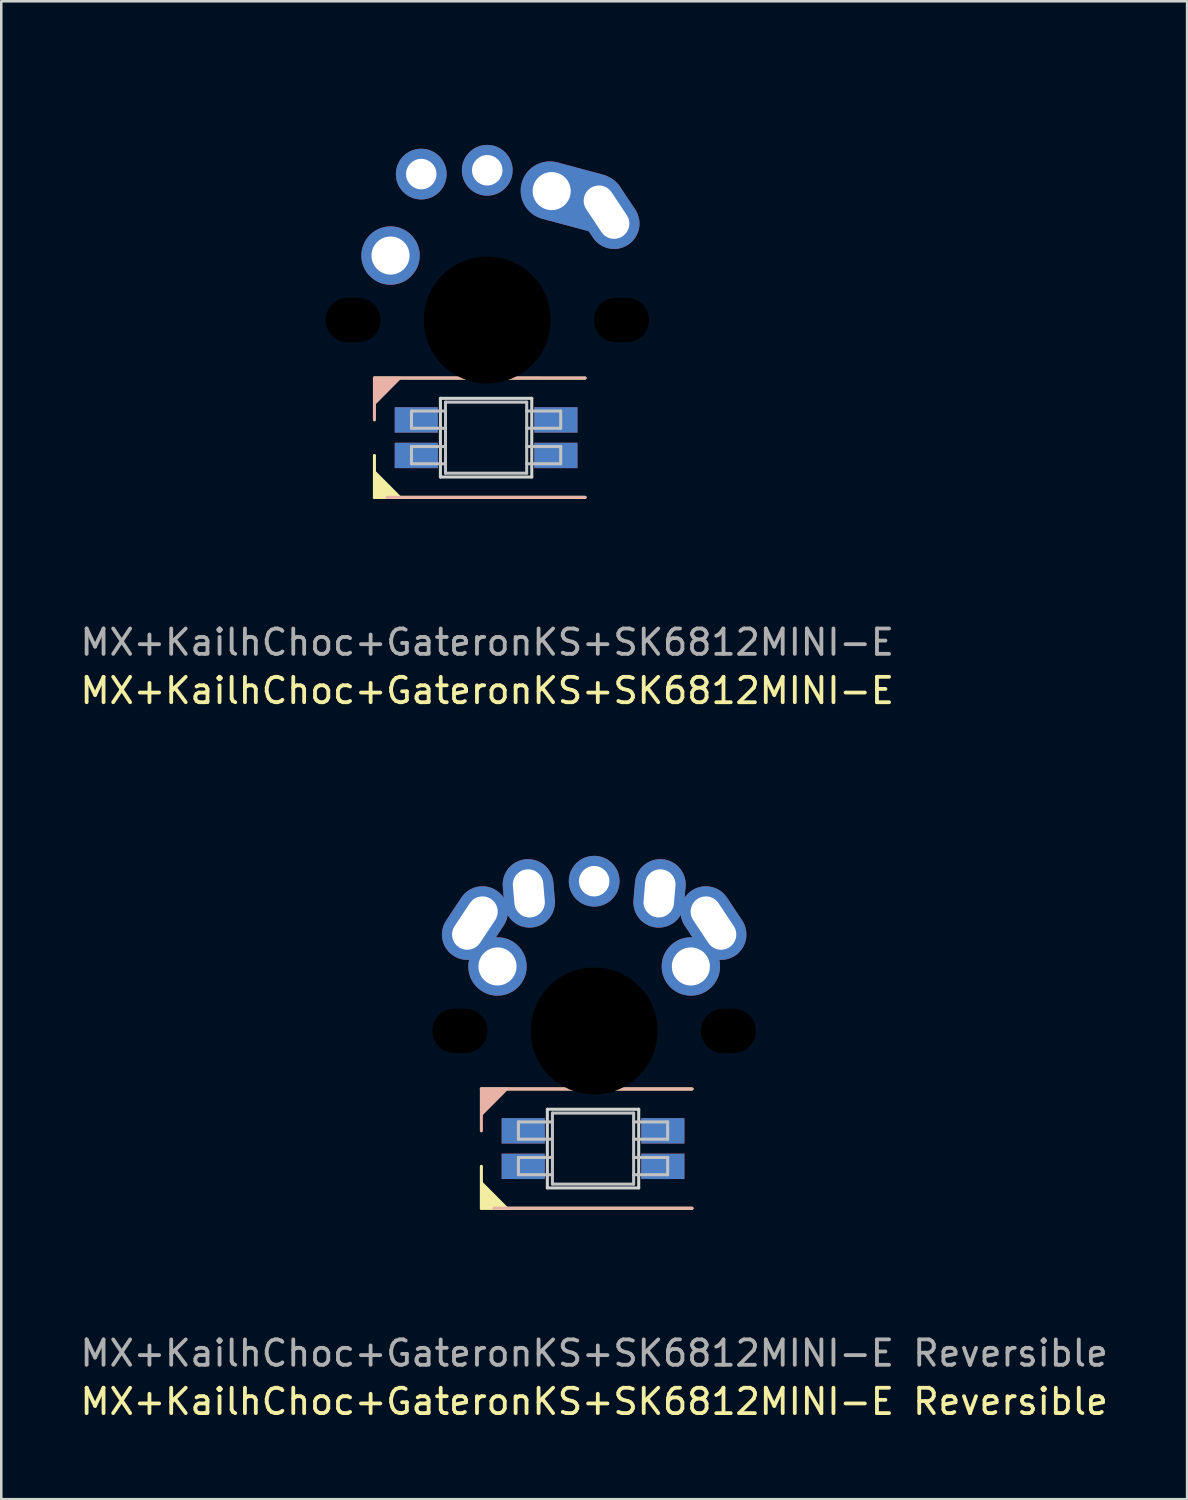
<source format=kicad_pcb>
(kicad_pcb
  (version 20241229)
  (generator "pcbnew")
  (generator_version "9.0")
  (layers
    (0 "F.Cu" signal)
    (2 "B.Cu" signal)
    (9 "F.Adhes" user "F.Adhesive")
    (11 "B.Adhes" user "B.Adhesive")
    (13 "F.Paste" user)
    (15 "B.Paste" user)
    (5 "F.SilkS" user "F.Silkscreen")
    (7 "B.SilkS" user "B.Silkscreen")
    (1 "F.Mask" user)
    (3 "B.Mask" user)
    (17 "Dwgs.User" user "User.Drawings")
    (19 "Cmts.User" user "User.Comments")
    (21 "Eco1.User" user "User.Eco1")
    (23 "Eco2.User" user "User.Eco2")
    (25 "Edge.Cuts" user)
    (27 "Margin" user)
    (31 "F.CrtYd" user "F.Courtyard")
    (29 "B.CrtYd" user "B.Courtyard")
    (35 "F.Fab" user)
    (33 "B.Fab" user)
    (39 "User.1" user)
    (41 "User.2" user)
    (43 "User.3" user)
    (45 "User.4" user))
  (footprint "MX+KailhChoc+GateronKS+SK6812MINI-E Reversible"
    (layer "F.Cu")
    (at 20.363 37.573)
    (property "Reference" "MX+KailhChoc+GateronKS+SK6812MINI-E Reversible" (at 0 14.605 0) (unlocked yes) (layer "F.SilkS") (effects (font (size 1 1) (thickness 0.15))))
    (attr through_hole)
    (fp_line (start -4.445 2.286) (end 3.855 2.289) (stroke (width 0.12) (type solid)) (layer "F.SilkS"))
    (fp_line (start -4.445 6.989) (end -4.445 5.338) (stroke (width 0.12) (type solid)) (layer "F.SilkS"))
    (fp_line (start 3.855 6.989) (end -4.445 6.989) (stroke (width 0.12) (type solid)) (layer "F.SilkS"))
    (fp_poly (pts (xy -3.437 6.986) (xy -4.445 6.989) (xy -4.445 5.973)) (stroke (width 0.1) (type solid)) (fill yes) (layer "F.SilkS"))
    (fp_line (start -4.445 2.286) (end -4.445 3.937) (stroke (width 0.12) (type solid)) (layer "B.SilkS"))
    (fp_line (start -3.945 6.986) (end 3.855 6.986) (stroke (width 0.12) (type solid)) (layer "B.SilkS"))
    (fp_line (start 3.855 2.286) (end -4.445 2.286) (stroke (width 0.12) (type solid)) (layer "B.SilkS"))
    (fp_poly (pts (xy -4.445 3.302) (xy -4.445 2.286) (xy -3.437 2.286)) (stroke (width 0.1) (type solid)) (fill yes) (layer "B.SilkS"))
    (fp_line (start -2.985 3.586) (end -2.985 4.266) (stroke (width 0.12) (type solid)) (layer "Dwgs.User"))
    (fp_line (start -2.985 4.266) (end -1.645 4.266) (stroke (width 0.12) (type solid)) (layer "Dwgs.User"))
    (fp_line (start -2.985 4.986) (end -2.985 5.666) (stroke (width 0.12) (type solid)) (layer "Dwgs.User"))
    (fp_line (start -2.985 5.666) (end -1.645 5.666) (stroke (width 0.12) (type solid)) (layer "Dwgs.User"))
    (fp_line (start -1.645 3.236) (end -1.645 6.036) (stroke (width 0.12) (type solid)) (layer "Dwgs.User"))
    (fp_line (start -1.645 3.236) (end 1.555 3.236) (stroke (width 0.12) (type solid)) (layer "Dwgs.User"))
    (fp_line (start -1.645 3.586) (end -2.985 3.586) (stroke (width 0.12) (type solid)) (layer "Dwgs.User"))
    (fp_line (start -1.645 4.986) (end -2.985 4.986) (stroke (width 0.12) (type solid)) (layer "Dwgs.User"))
    (fp_line (start -1.645 6.036) (end 1.555 6.036) (stroke (width 0.12) (type solid)) (layer "Dwgs.User"))
    (fp_line (start 1.555 3.236) (end 1.555 6.036) (stroke (width 0.12) (type solid)) (layer "Dwgs.User"))
    (fp_line (start 1.555 4.266) (end 2.895 4.266) (stroke (width 0.12) (type solid)) (layer "Dwgs.User"))
    (fp_line (start 1.555 5.666) (end 2.895 5.666) (stroke (width 0.12) (type solid)) (layer "Dwgs.User"))
    (fp_line (start 2.895 3.586) (end 1.555 3.586) (stroke (width 0.12) (type solid)) (layer "Dwgs.User"))
    (fp_line (start 2.895 4.266) (end 2.895 3.586) (stroke (width 0.12) (type solid)) (layer "Dwgs.User"))
    (fp_line (start 2.895 4.986) (end 1.555 4.986) (stroke (width 0.12) (type solid)) (layer "Dwgs.User"))
    (fp_line (start 2.895 5.666) (end 2.895 4.986) (stroke (width 0.12) (type solid)) (layer "Dwgs.User"))
    (fp_line (start -1.845 3.086) (end -1.845 6.186) (stroke (width 0.12) (type solid)) (layer "Edge.Cuts"))
    (fp_line (start -1.845 6.186) (end 1.755 6.186) (stroke (width 0.12) (type solid)) (layer "Edge.Cuts"))
    (fp_line (start 1.755 3.086) (end -1.845 3.086) (stroke (width 0.12) (type solid)) (layer "Edge.Cuts"))
    (fp_line (start 1.755 6.186) (end 1.755 3.086) (stroke (width 0.12) (type solid)) (layer "Edge.Cuts"))
    (fp_line (start -7.5 -7) (end -7 -7.5) (stroke (width 0.12) (type solid)) (layer "User.1"))
    (fp_line (start -7.5 7) (end -7.5 -7) (stroke (width 0.12) (type solid)) (layer "User.1"))
    (fp_line (start -7 -7.5) (end 7 -7.5) (stroke (width 0.12) (type solid)) (layer "User.1"))
    (fp_line (start -7 7.5) (end -7.5 7) (stroke (width 0.12) (type solid)) (layer "User.1"))
    (fp_line (start 7 -7.5) (end 7.5 -7) (stroke (width 0.12) (type solid)) (layer "User.1"))
    (fp_line (start 7 7.5) (end -7 7.5) (stroke (width 0.12) (type solid)) (layer "User.1"))
    (fp_line (start 7.5 -7) (end 7.5 7) (stroke (width 0.12) (type solid)) (layer "User.1"))
    (fp_line (start 7.5 7) (end 7 7.5) (stroke (width 0.12) (type solid)) (layer "User.1"))
    (fp_rect (start 9.5 9.5) (end -9.5 -9.5) (stroke (width 0.12) (type solid)) (fill no) (layer "User.1"))
    (fp_line (start -7.5 -7.5) (end 7.5 -7.5) (stroke (width 0.2) (type solid)) (layer "User.2"))
    (fp_line (start -7.5 7.5) (end -7.5 -7.5) (stroke (width 0.2) (type solid)) (layer "User.2"))
    (fp_line (start -3.1 -5.9) (end -2.1 -5.9) (stroke (width 0.2) (type solid)) (layer "User.2"))
    (fp_line (start -3.1 -5.6) (end -3.1 -5.9) (stroke (width 0.2) (type solid)) (layer "User.2"))
    (fp_line (start -2.1 -5.9) (end -2.1 -5.6) (stroke (width 0.2) (type solid)) (layer "User.2"))
    (fp_line (start -2.1 -5.6) (end -3.1 -5.6) (stroke (width 0.2) (type solid)) (layer "User.2"))
    (fp_line (start -1.8 3.5) (end -1.8 5.75) (stroke (width 0.2) (type solid)) (layer "User.2"))
    (fp_line (start -1.8 5.75) (end 3.2 5.75) (stroke (width 0.2) (type solid)) (layer "User.2"))
    (fp_line (start 3.2 3.5) (end -1.8 3.5) (stroke (width 0.2) (type solid)) (layer "User.2"))
    (fp_line (start 3.2 5.75) (end 3.2 3.5) (stroke (width 0.2) (type solid)) (layer "User.2"))
    (fp_line (start 4.25 -4.925) (end 4.55 -4.925) (stroke (width 0.2) (type solid)) (layer "User.2"))
    (fp_line (start 4.25 -4.475) (end 4.25 -4.925) (stroke (width 0.2) (type solid)) (layer "User.2"))
    (fp_line (start 4.55 -4.925) (end 4.55 -4.475) (stroke (width 0.2) (type solid)) (layer "User.2"))
    (fp_line (start 4.55 -4.475) (end 4.25 -4.475) (stroke (width 0.2) (type solid)) (layer "User.2"))
    (fp_line (start 7.5 -7.5) (end 7.5 7.5) (stroke (width 0.2) (type solid)) (layer "User.2"))
    (fp_line (start 7.5 7.5) (end -7.5 7.5) (stroke (width 0.2) (type solid)) (layer "User.2"))
    (fp_circle (center 0 0) (end -2.525 0) (stroke (width 0.2) (type solid)) (fill no) (layer "User.2"))
    (fp_text user "${REFERENCE}" (at 0 12.7 0) (unlocked yes) (layer "F.Fab") (effects (font (size 1 1) (thickness 0.15))))
    (pad "" np_thru_hole oval (at -5.29 0 180) (size 2.17 1.75) (drill oval 2.17 1.75) (layers "*.Mask"))
    (pad "" np_thru_hole circle (at 0 0 180) (size 5.2 5.2) (drill 5) (layers "*.Mask"))
    (pad "" np_thru_hole oval (at 5.29 0 180) (size 2.17 1.75) (drill oval 2.17 1.75) (layers "*.Mask"))
    (pad "1" thru_hole oval (at 2.575 -5.42 175) (size 2 2.7) (drill oval 1.2 1.9) (layers "*.Cu" "*.Mask"))
    (pad "1" smd rect (at 2.705 3.936) (size 1.7 1) (layers "F.Cu" "F.Mask" "F.Paste"))
    (pad "1" smd rect (at 2.705 5.336) (size 1.7 1) (layers "B.Cu" "B.Mask" "B.Paste"))
    (pad "1" thru_hole circle (at 3.81 -2.54 180) (size 2.3 2.3) (drill 1.5) (layers "*.Cu" "*.Mask"))
    (pad "1" thru_hole oval (at 4.7 -4.25 123.6) (size 3.082 2) (drill oval 2.282 1.2) (layers "*.Cu" "*.Mask"))
    (pad "2" thru_hole oval (at -4.7 -4.25 236.4) (size 3.082 2) (drill oval 2.282 1.2) (layers "*.Cu" "*.Mask"))
    (pad "2" thru_hole circle (at -3.81 -2.54 180) (size 2.3 2.3) (drill 1.5) (layers "*.Cu" "*.Mask"))
    (pad "2" thru_hole oval (at -2.575 -5.42 185) (size 2 2.7) (drill oval 1.2 1.9) (layers "*.Cu" "*.Mask"))
    (pad "2" smd rect (at 2.705 3.936) (size 1.7 1) (layers "B.Cu" "B.Mask" "B.Paste"))
    (pad "2" smd rect (at 2.705 5.336) (size 1.7 1) (layers "F.Cu" "F.Mask" "F.Paste"))
    (pad "3" smd rect (at -2.795 3.936) (size 1.7 1) (layers "B.Cu" "B.Mask" "B.Paste"))
    (pad "3" smd rect (at -2.795 5.336) (size 1.7 1) (layers "F.Cu" "F.Mask" "F.Paste"))
    (pad "3" thru_hole circle (at 0 -5.9 180) (size 2 2) (drill 1.2) (layers "*.Cu" "*.Mask"))
    (pad "4" smd rect (at -2.795 3.936) (size 1.7 1) (layers "F.Cu" "F.Mask" "F.Paste"))
    (pad "4" smd rect (at -2.795 5.336) (size 1.7 1) (layers "B.Cu" "B.Mask" "B.Paste")))
  (footprint "MX+KailhChoc+GateronKS+SK6812MINI-E"
    (layer "F.Cu")
    (at 16.149 9.56)
    (property "Reference" "MX+KailhChoc+GateronKS+SK6812MINI-E" (at 0 14.605 0) (unlocked yes) (layer "F.SilkS") (effects (font (size 1 1) (thickness 0.15))))
    (attr through_hole)
    (fp_line (start -4.445 2.286) (end 3.855 2.289) (stroke (width 0.12) (type solid)) (layer "F.SilkS"))
    (fp_line (start -4.445 6.989) (end -4.445 5.338) (stroke (width 0.12) (type solid)) (layer "F.SilkS"))
    (fp_line (start 3.855 6.989) (end -4.445 6.989) (stroke (width 0.12) (type solid)) (layer "F.SilkS"))
    (fp_poly (pts (xy -3.437 6.986) (xy -4.445 6.989) (xy -4.445 5.973)) (stroke (width 0.1) (type solid)) (fill yes) (layer "F.SilkS"))
    (fp_line (start -4.445 2.286) (end -4.445 3.937) (stroke (width 0.12) (type solid)) (layer "B.SilkS"))
    (fp_line (start -3.945 6.986) (end 3.855 6.986) (stroke (width 0.12) (type solid)) (layer "B.SilkS"))
    (fp_line (start 3.855 2.286) (end -4.445 2.286) (stroke (width 0.12) (type solid)) (layer "B.SilkS"))
    (fp_poly (pts (xy -4.445 3.302) (xy -4.445 2.286) (xy -3.437 2.286)) (stroke (width 0.1) (type solid)) (fill yes) (layer "B.SilkS"))
    (fp_line (start -2.985 3.586) (end -2.985 4.266) (stroke (width 0.12) (type solid)) (layer "Dwgs.User"))
    (fp_line (start -2.985 4.266) (end -1.645 4.266) (stroke (width 0.12) (type solid)) (layer "Dwgs.User"))
    (fp_line (start -2.985 4.986) (end -2.985 5.666) (stroke (width 0.12) (type solid)) (layer "Dwgs.User"))
    (fp_line (start -2.985 5.666) (end -1.645 5.666) (stroke (width 0.12) (type solid)) (layer "Dwgs.User"))
    (fp_line (start -1.645 3.236) (end -1.645 6.036) (stroke (width 0.12) (type solid)) (layer "Dwgs.User"))
    (fp_line (start -1.645 3.236) (end 1.555 3.236) (stroke (width 0.12) (type solid)) (layer "Dwgs.User"))
    (fp_line (start -1.645 3.586) (end -2.985 3.586) (stroke (width 0.12) (type solid)) (layer "Dwgs.User"))
    (fp_line (start -1.645 4.986) (end -2.985 4.986) (stroke (width 0.12) (type solid)) (layer "Dwgs.User"))
    (fp_line (start -1.645 6.036) (end 1.555 6.036) (stroke (width 0.12) (type solid)) (layer "Dwgs.User"))
    (fp_line (start 1.555 3.236) (end 1.555 6.036) (stroke (width 0.12) (type solid)) (layer "Dwgs.User"))
    (fp_line (start 1.555 4.266) (end 2.895 4.266) (stroke (width 0.12) (type solid)) (layer "Dwgs.User"))
    (fp_line (start 1.555 5.666) (end 2.895 5.666) (stroke (width 0.12) (type solid)) (layer "Dwgs.User"))
    (fp_line (start 2.895 3.586) (end 1.555 3.586) (stroke (width 0.12) (type solid)) (layer "Dwgs.User"))
    (fp_line (start 2.895 4.266) (end 2.895 3.586) (stroke (width 0.12) (type solid)) (layer "Dwgs.User"))
    (fp_line (start 2.895 4.986) (end 1.555 4.986) (stroke (width 0.12) (type solid)) (layer "Dwgs.User"))
    (fp_line (start 2.895 5.666) (end 2.895 4.986) (stroke (width 0.12) (type solid)) (layer "Dwgs.User"))
    (fp_line (start -1.845 3.086) (end -1.845 6.186) (stroke (width 0.12) (type solid)) (layer "Edge.Cuts"))
    (fp_line (start -1.845 6.186) (end 1.755 6.186) (stroke (width 0.12) (type solid)) (layer "Edge.Cuts"))
    (fp_line (start 1.755 3.086) (end -1.845 3.086) (stroke (width 0.12) (type solid)) (layer "Edge.Cuts"))
    (fp_line (start 1.755 6.186) (end 1.755 3.086) (stroke (width 0.12) (type solid)) (layer "Edge.Cuts"))
    (fp_line (start -7.5 -7) (end -7 -7.5) (stroke (width 0.12) (type solid)) (layer "User.1"))
    (fp_line (start -7.5 7) (end -7.5 -7) (stroke (width 0.12) (type solid)) (layer "User.1"))
    (fp_line (start -7 -7.5) (end 7 -7.5) (stroke (width 0.12) (type solid)) (layer "User.1"))
    (fp_line (start -7 7.5) (end -7.5 7) (stroke (width 0.12) (type solid)) (layer "User.1"))
    (fp_line (start 7 -7.5) (end 7.5 -7) (stroke (width 0.12) (type solid)) (layer "User.1"))
    (fp_line (start 7 7.5) (end -7 7.5) (stroke (width 0.12) (type solid)) (layer "User.1"))
    (fp_line (start 7.5 -7) (end 7.5 7) (stroke (width 0.12) (type solid)) (layer "User.1"))
    (fp_line (start 7.5 7) (end 7 7.5) (stroke (width 0.12) (type solid)) (layer "User.1"))
    (fp_rect (start 9.5 9.5) (end -9.5 -9.5) (stroke (width 0.12) (type solid)) (fill no) (layer "User.1"))
    (fp_line (start -7.5 -7.5) (end 7.5 -7.5) (stroke (width 0.2) (type solid)) (layer "User.2"))
    (fp_line (start -7.5 7.5) (end -7.5 -7.5) (stroke (width 0.2) (type solid)) (layer "User.2"))
    (fp_line (start -3.1 -5.9) (end -2.1 -5.9) (stroke (width 0.2) (type solid)) (layer "User.2"))
    (fp_line (start -3.1 -5.6) (end -3.1 -5.9) (stroke (width 0.2) (type solid)) (layer "User.2"))
    (fp_line (start -2.1 -5.9) (end -2.1 -5.6) (stroke (width 0.2) (type solid)) (layer "User.2"))
    (fp_line (start -2.1 -5.6) (end -3.1 -5.6) (stroke (width 0.2) (type solid)) (layer "User.2"))
    (fp_line (start -1.8 3.5) (end -1.8 5.75) (stroke (width 0.2) (type solid)) (layer "User.2"))
    (fp_line (start -1.8 5.75) (end 3.2 5.75) (stroke (width 0.2) (type solid)) (layer "User.2"))
    (fp_line (start 3.2 3.5) (end -1.8 3.5) (stroke (width 0.2) (type solid)) (layer "User.2"))
    (fp_line (start 3.2 5.75) (end 3.2 3.5) (stroke (width 0.2) (type solid)) (layer "User.2"))
    (fp_line (start 4.25 -4.925) (end 4.55 -4.925) (stroke (width 0.2) (type solid)) (layer "User.2"))
    (fp_line (start 4.25 -4.475) (end 4.25 -4.925) (stroke (width 0.2) (type solid)) (layer "User.2"))
    (fp_line (start 4.55 -4.925) (end 4.55 -4.475) (stroke (width 0.2) (type solid)) (layer "User.2"))
    (fp_line (start 4.55 -4.475) (end 4.25 -4.475) (stroke (width 0.2) (type solid)) (layer "User.2"))
    (fp_line (start 7.5 -7.5) (end 7.5 7.5) (stroke (width 0.2) (type solid)) (layer "User.2"))
    (fp_line (start 7.5 7.5) (end -7.5 7.5) (stroke (width 0.2) (type solid)) (layer "User.2"))
    (fp_circle (center 0 0) (end -2.525 0) (stroke (width 0.2) (type solid)) (fill no) (layer "User.2"))
    (fp_text user "${REFERENCE}" (at 0 12.7 0) (unlocked yes) (layer "F.Fab") (effects (font (size 1 1) (thickness 0.15))))
    (pad "" np_thru_hole oval (at -5.29 0 180) (size 2.17 1.75) (drill oval 2.17 1.75) (layers "*.Mask"))
    (pad "" np_thru_hole circle (at 0 0 180) (size 5.2 5.2) (drill 5) (layers "*.Mask"))
    (pad "" np_thru_hole oval (at 5.29 0 180) (size 2.17 1.75) (drill oval 2.17 1.75) (layers "*.Mask"))
    (pad "1" thru_hole oval (at 2.54 -5.08 165) (size 4.15 2.3) (drill 1.5 (offset -0.85 0)) (layers "*.Cu" "*.Mask"))
    (pad "1" smd rect (at 2.705 3.936) (size 1.7 1) (layers "F.Cu" "F.Mask" "F.Paste"))
    (pad "1" smd rect (at 2.705 5.336) (size 1.7 1) (layers "B.Cu" "B.Mask" "B.Paste"))
    (pad "1" thru_hole oval (at 4.7 -4.25 123.6) (size 3.082 2) (drill oval 2.282 1.2) (layers "*.Cu" "*.Mask"))
    (pad "2" thru_hole circle (at -3.81 -2.54 180) (size 2.3 2.3) (drill 1.5) (layers "*.Cu" "*.Mask"))
    (pad "2" thru_hole circle (at -2.6 -5.75 180) (size 2 2) (drill 1.2) (layers "*.Cu" "*.Mask"))
    (pad "2" thru_hole circle (at 0 -5.9 180) (size 2 2) (drill 1.2) (layers "*.Cu" "*.Mask"))
    (pad "2" smd rect (at 2.705 3.936) (size 1.7 1) (layers "B.Cu" "B.Mask" "B.Paste"))
    (pad "2" smd rect (at 2.705 5.336) (size 1.7 1) (layers "F.Cu" "F.Mask" "F.Paste"))
    (pad "3" smd rect (at -2.795 3.936) (size 1.7 1) (layers "B.Cu" "B.Mask" "B.Paste"))
    (pad "3" smd rect (at -2.795 5.336) (size 1.7 1) (layers "F.Cu" "F.Mask" "F.Paste"))
    (pad "4" smd rect (at -2.795 3.936) (size 1.7 1) (layers "F.Cu" "F.Mask" "F.Paste"))
    (pad "4" smd rect (at -2.795 5.336) (size 1.7 1) (layers "B.Cu" "B.Mask" "B.Paste")))
  (gr_rect
    (start -3 -3)
    (end 43.726 56.026)
    (stroke (width 0.1) (type default))
    (fill no)
    (layer "Edge.Cuts")))
</source>
